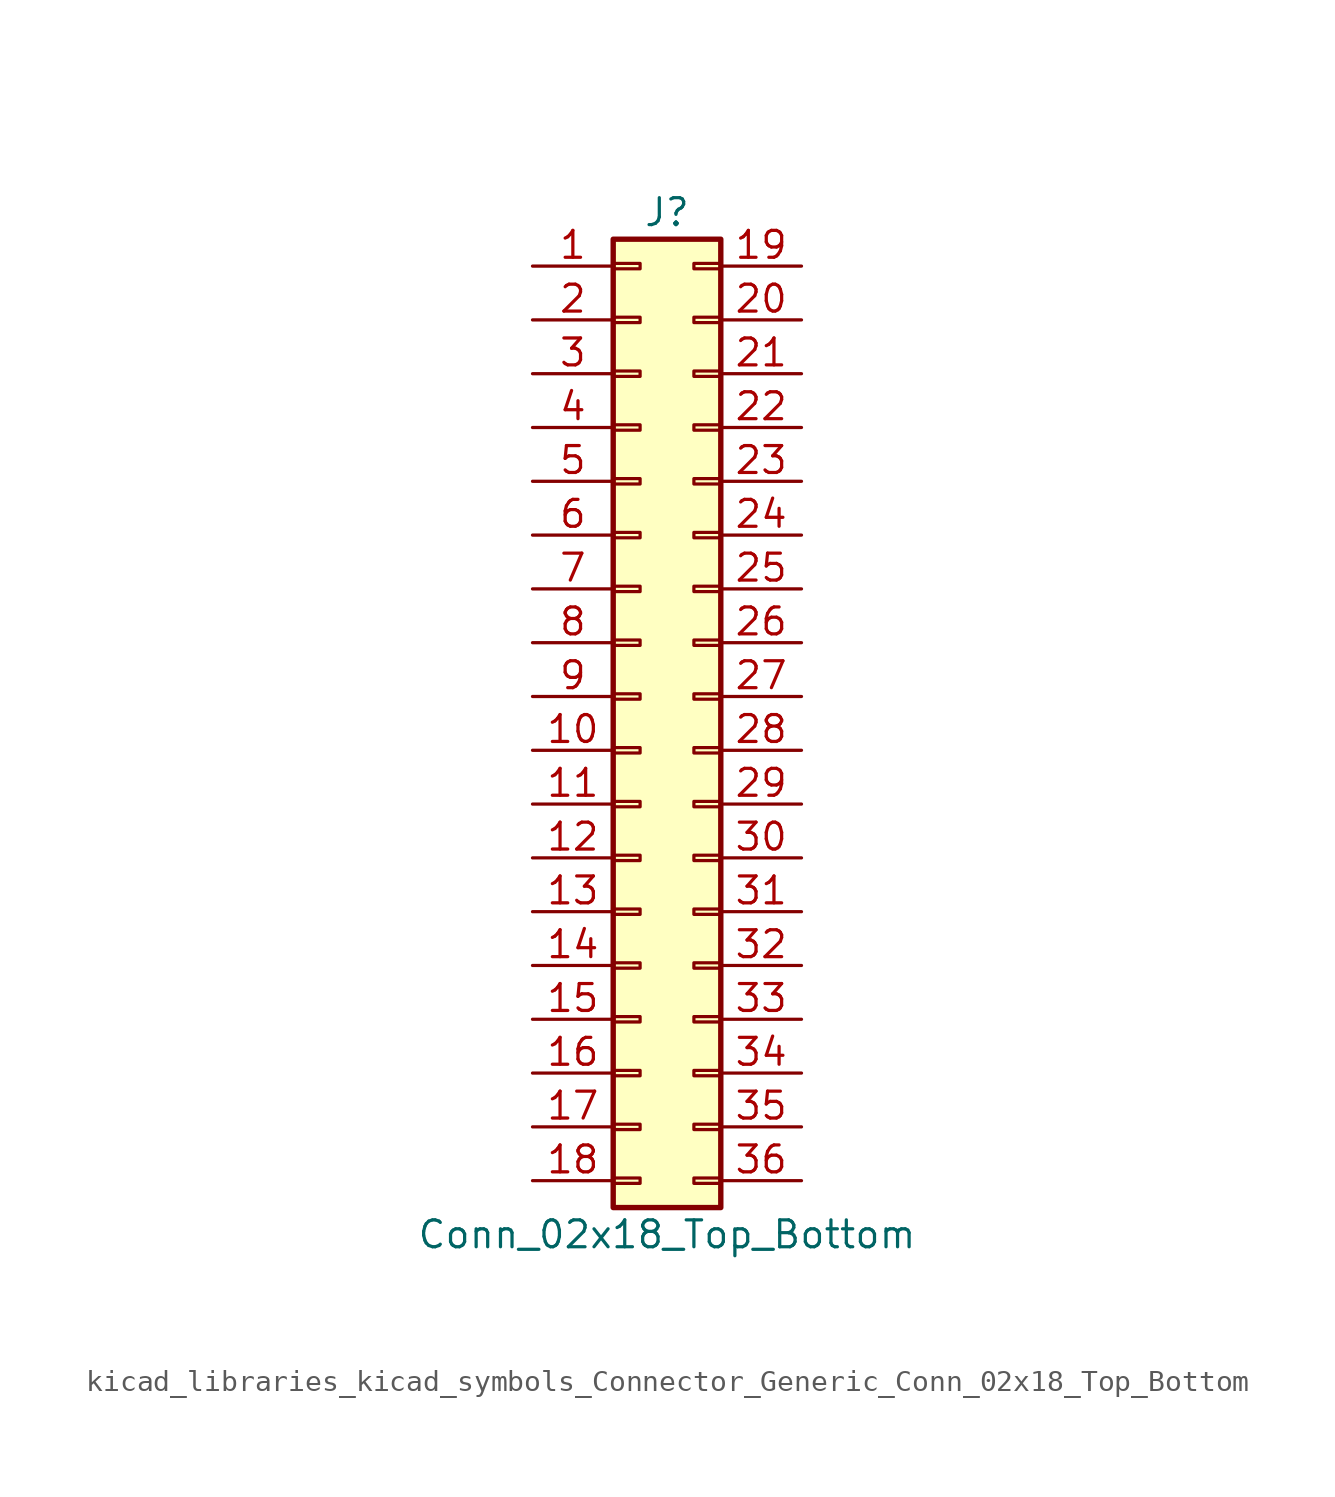
<source format=kicad_sym>
(kicad_symbol_lib
  (version 20220914)
  (generator kicad_symbol_editor)
  (symbol "kicad_libraries_kicad_symbols_Connector_Generic_Conn_02x18_Top_Bottom"
    (pin_names
      (offset 1.016) hide)
    (property "Reference" "J"
      (at 1.27 22.86 0)
      (effects (font (size 1.27 1.27))))
    (property "Value" "Conn_02x18_Top_Bottom"
      (at 1.27 -25.4 0)
      (effects (font (size 1.27 1.27))))
    (symbol "kicad_libraries_kicad_symbols_Connector_Generic_Conn_02x18_Top_Bottom_1_1"
      (rectangle (start -1.27 -22.733) (end 0 -22.987) (stroke (width 0.152) (type default)) (fill (type none)))
      (rectangle (start -1.27 -20.193) (end 0 -20.447) (stroke (width 0.152) (type default)) (fill (type none)))
      (rectangle (start -1.27 -17.653) (end 0 -17.907) (stroke (width 0.152) (type default)) (fill (type none)))
      (rectangle (start -1.27 -15.113) (end 0 -15.367) (stroke (width 0.152) (type default)) (fill (type none)))
      (rectangle (start -1.27 -12.573) (end 0 -12.827) (stroke (width 0.152) (type default)) (fill (type none)))
      (rectangle (start -1.27 -10.033) (end 0 -10.287) (stroke (width 0.152) (type default)) (fill (type none)))
      (rectangle (start -1.27 -7.493) (end 0 -7.747) (stroke (width 0.152) (type default)) (fill (type none)))
      (rectangle (start -1.27 -4.953) (end 0 -5.207) (stroke (width 0.152) (type default)) (fill (type none)))
      (rectangle (start -1.27 -2.413) (end 0 -2.667) (stroke (width 0.152) (type default)) (fill (type none)))
      (rectangle (start -1.27 0.127) (end 0 -0.127) (stroke (width 0.152) (type default)) (fill (type none)))
      (rectangle (start -1.27 2.667) (end 0 2.413) (stroke (width 0.152) (type default)) (fill (type none)))
      (rectangle (start -1.27 5.207) (end 0 4.953) (stroke (width 0.152) (type default)) (fill (type none)))
      (rectangle (start -1.27 7.747) (end 0 7.493) (stroke (width 0.152) (type default)) (fill (type none)))
      (rectangle (start -1.27 10.287) (end 0 10.033) (stroke (width 0.152) (type default)) (fill (type none)))
      (rectangle (start -1.27 12.827) (end 0 12.573) (stroke (width 0.152) (type default)) (fill (type none)))
      (rectangle (start -1.27 15.367) (end 0 15.113) (stroke (width 0.152) (type default)) (fill (type none)))
      (rectangle (start -1.27 17.907) (end 0 17.653) (stroke (width 0.152) (type default)) (fill (type none)))
      (rectangle (start -1.27 20.447) (end 0 20.193) (stroke (width 0.152) (type default)) (fill (type none)))
      (rectangle (start -1.27 21.59) (end 3.81 -24.13) (stroke (width 0.254) (type default)) (fill (type background)))
      (rectangle (start 3.81 -22.733) (end 2.54 -22.987) (stroke (width 0.152) (type default)) (fill (type none)))
      (rectangle (start 3.81 -20.193) (end 2.54 -20.447) (stroke (width 0.152) (type default)) (fill (type none)))
      (rectangle (start 3.81 -17.653) (end 2.54 -17.907) (stroke (width 0.152) (type default)) (fill (type none)))
      (rectangle (start 3.81 -15.113) (end 2.54 -15.367) (stroke (width 0.152) (type default)) (fill (type none)))
      (rectangle (start 3.81 -12.573) (end 2.54 -12.827) (stroke (width 0.152) (type default)) (fill (type none)))
      (rectangle (start 3.81 -10.033) (end 2.54 -10.287) (stroke (width 0.152) (type default)) (fill (type none)))
      (rectangle (start 3.81 -7.493) (end 2.54 -7.747) (stroke (width 0.152) (type default)) (fill (type none)))
      (rectangle (start 3.81 -4.953) (end 2.54 -5.207) (stroke (width 0.152) (type default)) (fill (type none)))
      (rectangle (start 3.81 -2.413) (end 2.54 -2.667) (stroke (width 0.152) (type default)) (fill (type none)))
      (rectangle (start 3.81 0.127) (end 2.54 -0.127) (stroke (width 0.152) (type default)) (fill (type none)))
      (rectangle (start 3.81 2.667) (end 2.54 2.413) (stroke (width 0.152) (type default)) (fill (type none)))
      (rectangle (start 3.81 5.207) (end 2.54 4.953) (stroke (width 0.152) (type default)) (fill (type none)))
      (rectangle (start 3.81 7.747) (end 2.54 7.493) (stroke (width 0.152) (type default)) (fill (type none)))
      (rectangle (start 3.81 10.287) (end 2.54 10.033) (stroke (width 0.152) (type default)) (fill (type none)))
      (rectangle (start 3.81 12.827) (end 2.54 12.573) (stroke (width 0.152) (type default)) (fill (type none)))
      (rectangle (start 3.81 15.367) (end 2.54 15.113) (stroke (width 0.152) (type default)) (fill (type none)))
      (rectangle (start 3.81 17.907) (end 2.54 17.653) (stroke (width 0.152) (type default)) (fill (type none)))
      (rectangle (start 3.81 20.447) (end 2.54 20.193) (stroke (width 0.152) (type default)) (fill (type none)))
      (pin passive line (at -5.08 20.32 0) (length 3.81) (name "Pin_1" (effects (font (size 1.27 1.27)))) (number "1" (effects (font (size 1.27 1.27)))))
      (pin passive line (at -5.08 -2.54 0) (length 3.81) (name "Pin_10" (effects (font (size 1.27 1.27)))) (number "10" (effects (font (size 1.27 1.27)))))
      (pin passive line (at -5.08 -5.08 0) (length 3.81) (name "Pin_11" (effects (font (size 1.27 1.27)))) (number "11" (effects (font (size 1.27 1.27)))))
      (pin passive line (at -5.08 -7.62 0) (length 3.81) (name "Pin_12" (effects (font (size 1.27 1.27)))) (number "12" (effects (font (size 1.27 1.27)))))
      (pin passive line (at -5.08 -10.16 0) (length 3.81) (name "Pin_13" (effects (font (size 1.27 1.27)))) (number "13" (effects (font (size 1.27 1.27)))))
      (pin passive line (at -5.08 -12.7 0) (length 3.81) (name "Pin_14" (effects (font (size 1.27 1.27)))) (number "14" (effects (font (size 1.27 1.27)))))
      (pin passive line (at -5.08 -15.24 0) (length 3.81) (name "Pin_15" (effects (font (size 1.27 1.27)))) (number "15" (effects (font (size 1.27 1.27)))))
      (pin passive line (at -5.08 -17.78 0) (length 3.81) (name "Pin_16" (effects (font (size 1.27 1.27)))) (number "16" (effects (font (size 1.27 1.27)))))
      (pin passive line (at -5.08 -20.32 0) (length 3.81) (name "Pin_17" (effects (font (size 1.27 1.27)))) (number "17" (effects (font (size 1.27 1.27)))))
      (pin passive line (at -5.08 -22.86 0) (length 3.81) (name "Pin_18" (effects (font (size 1.27 1.27)))) (number "18" (effects (font (size 1.27 1.27)))))
      (pin passive line (at 7.62 20.32 180) (length 3.81) (name "Pin_19" (effects (font (size 1.27 1.27)))) (number "19" (effects (font (size 1.27 1.27)))))
      (pin passive line (at -5.08 17.78 0) (length 3.81) (name "Pin_2" (effects (font (size 1.27 1.27)))) (number "2" (effects (font (size 1.27 1.27)))))
      (pin passive line (at 7.62 17.78 180) (length 3.81) (name "Pin_20" (effects (font (size 1.27 1.27)))) (number "20" (effects (font (size 1.27 1.27)))))
      (pin passive line (at 7.62 15.24 180) (length 3.81) (name "Pin_21" (effects (font (size 1.27 1.27)))) (number "21" (effects (font (size 1.27 1.27)))))
      (pin passive line (at 7.62 12.7 180) (length 3.81) (name "Pin_22" (effects (font (size 1.27 1.27)))) (number "22" (effects (font (size 1.27 1.27)))))
      (pin passive line (at 7.62 10.16 180) (length 3.81) (name "Pin_23" (effects (font (size 1.27 1.27)))) (number "23" (effects (font (size 1.27 1.27)))))
      (pin passive line (at 7.62 7.62 180) (length 3.81) (name "Pin_24" (effects (font (size 1.27 1.27)))) (number "24" (effects (font (size 1.27 1.27)))))
      (pin passive line (at 7.62 5.08 180) (length 3.81) (name "Pin_25" (effects (font (size 1.27 1.27)))) (number "25" (effects (font (size 1.27 1.27)))))
      (pin passive line (at 7.62 2.54 180) (length 3.81) (name "Pin_26" (effects (font (size 1.27 1.27)))) (number "26" (effects (font (size 1.27 1.27)))))
      (pin passive line (at 7.62 0 180) (length 3.81) (name "Pin_27" (effects (font (size 1.27 1.27)))) (number "27" (effects (font (size 1.27 1.27)))))
      (pin passive line (at 7.62 -2.54 180) (length 3.81) (name "Pin_28" (effects (font (size 1.27 1.27)))) (number "28" (effects (font (size 1.27 1.27)))))
      (pin passive line (at 7.62 -5.08 180) (length 3.81) (name "Pin_29" (effects (font (size 1.27 1.27)))) (number "29" (effects (font (size 1.27 1.27)))))
      (pin passive line (at -5.08 15.24 0) (length 3.81) (name "Pin_3" (effects (font (size 1.27 1.27)))) (number "3" (effects (font (size 1.27 1.27)))))
      (pin passive line (at 7.62 -7.62 180) (length 3.81) (name "Pin_30" (effects (font (size 1.27 1.27)))) (number "30" (effects (font (size 1.27 1.27)))))
      (pin passive line (at 7.62 -10.16 180) (length 3.81) (name "Pin_31" (effects (font (size 1.27 1.27)))) (number "31" (effects (font (size 1.27 1.27)))))
      (pin passive line (at 7.62 -12.7 180) (length 3.81) (name "Pin_32" (effects (font (size 1.27 1.27)))) (number "32" (effects (font (size 1.27 1.27)))))
      (pin passive line (at 7.62 -15.24 180) (length 3.81) (name "Pin_33" (effects (font (size 1.27 1.27)))) (number "33" (effects (font (size 1.27 1.27)))))
      (pin passive line (at 7.62 -17.78 180) (length 3.81) (name "Pin_34" (effects (font (size 1.27 1.27)))) (number "34" (effects (font (size 1.27 1.27)))))
      (pin passive line (at 7.62 -20.32 180) (length 3.81) (name "Pin_35" (effects (font (size 1.27 1.27)))) (number "35" (effects (font (size 1.27 1.27)))))
      (pin passive line (at 7.62 -22.86 180) (length 3.81) (name "Pin_36" (effects (font (size 1.27 1.27)))) (number "36" (effects (font (size 1.27 1.27)))))
      (pin passive line (at -5.08 12.7 0) (length 3.81) (name "Pin_4" (effects (font (size 1.27 1.27)))) (number "4" (effects (font (size 1.27 1.27)))))
      (pin passive line (at -5.08 10.16 0) (length 3.81) (name "Pin_5" (effects (font (size 1.27 1.27)))) (number "5" (effects (font (size 1.27 1.27)))))
      (pin passive line (at -5.08 7.62 0) (length 3.81) (name "Pin_6" (effects (font (size 1.27 1.27)))) (number "6" (effects (font (size 1.27 1.27)))))
      (pin passive line (at -5.08 5.08 0) (length 3.81) (name "Pin_7" (effects (font (size 1.27 1.27)))) (number "7" (effects (font (size 1.27 1.27)))))
      (pin passive line (at -5.08 2.54 0) (length 3.81) (name "Pin_8" (effects (font (size 1.27 1.27)))) (number "8" (effects (font (size 1.27 1.27)))))
      (pin passive line (at -5.08 0 0) (length 3.81) (name "Pin_9" (effects (font (size 1.27 1.27)))) (number "9" (effects (font (size 1.27 1.27))))))))
</source>
